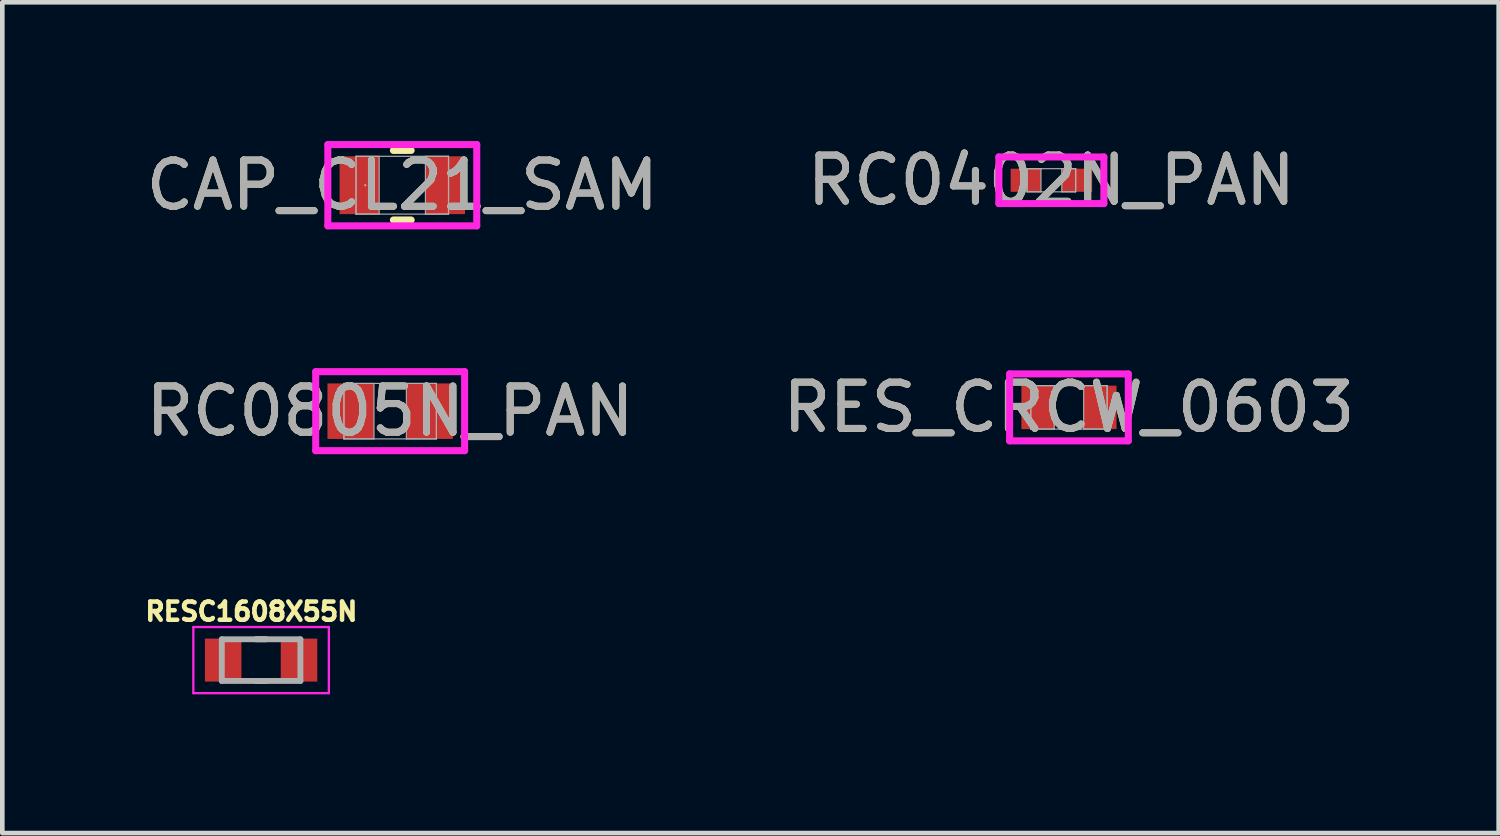
<source format=kicad_pcb>
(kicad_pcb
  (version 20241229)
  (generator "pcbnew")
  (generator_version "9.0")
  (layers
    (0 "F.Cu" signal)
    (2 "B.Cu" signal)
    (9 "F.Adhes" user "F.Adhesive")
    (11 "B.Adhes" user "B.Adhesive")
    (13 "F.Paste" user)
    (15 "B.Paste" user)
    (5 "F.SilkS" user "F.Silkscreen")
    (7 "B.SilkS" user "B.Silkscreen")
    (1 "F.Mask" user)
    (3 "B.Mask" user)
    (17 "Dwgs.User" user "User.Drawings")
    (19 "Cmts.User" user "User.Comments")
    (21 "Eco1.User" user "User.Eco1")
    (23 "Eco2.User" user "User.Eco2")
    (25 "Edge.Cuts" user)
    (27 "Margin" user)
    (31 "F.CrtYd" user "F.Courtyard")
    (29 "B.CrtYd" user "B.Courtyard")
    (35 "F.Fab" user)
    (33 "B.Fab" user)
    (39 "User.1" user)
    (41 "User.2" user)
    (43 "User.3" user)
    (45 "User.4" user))
  (footprint "RES_CRCW_0603"
    (layer "F.Cu")
    (at 20.065 5.759)
    (property "Reference" "RES_CRCW_0603" (at 0 0 0) (unlocked yes) (layer "F.SilkS") (effects (font (size 1 1) (thickness 0.15))))
    (attr smd)
    (fp_line (start -1.283 -0.724) (end 1.283 -0.724) (stroke (width 0.152) (type solid)) (layer "F.CrtYd"))
    (fp_line (start -1.283 0.724) (end -1.283 -0.724) (stroke (width 0.152) (type solid)) (layer "F.CrtYd"))
    (fp_line (start 1.283 -0.724) (end 1.283 0.724) (stroke (width 0.152) (type solid)) (layer "F.CrtYd"))
    (fp_line (start 1.283 0.724) (end -1.283 0.724) (stroke (width 0.152) (type solid)) (layer "F.CrtYd"))
    (fp_line (start -0.826 -0.47) (end -0.826 0.47) (stroke (width 0.025) (type solid)) (layer "F.Fab"))
    (fp_line (start -0.826 -0.47) (end -0.826 0.47) (stroke (width 0.025) (type solid)) (layer "F.Fab"))
    (fp_line (start -0.826 0.47) (end -0.318 0.47) (stroke (width 0.025) (type solid)) (layer "F.Fab"))
    (fp_line (start -0.826 0.47) (end 0.826 0.47) (stroke (width 0.025) (type solid)) (layer "F.Fab"))
    (fp_line (start -0.318 -0.47) (end -0.826 -0.47) (stroke (width 0.025) (type solid)) (layer "F.Fab"))
    (fp_line (start -0.318 0.47) (end -0.318 -0.47) (stroke (width 0.025) (type solid)) (layer "F.Fab"))
    (fp_line (start 0.318 -0.47) (end 0.318 0.47) (stroke (width 0.025) (type solid)) (layer "F.Fab"))
    (fp_line (start 0.318 0.47) (end 0.826 0.47) (stroke (width 0.025) (type solid)) (layer "F.Fab"))
    (fp_line (start 0.826 -0.47) (end -0.826 -0.47) (stroke (width 0.025) (type solid)) (layer "F.Fab"))
    (fp_line (start 0.826 -0.47) (end 0.318 -0.47) (stroke (width 0.025) (type solid)) (layer "F.Fab"))
    (fp_line (start 0.826 0.47) (end 0.826 -0.47) (stroke (width 0.025) (type solid)) (layer "F.Fab"))
    (fp_line (start 0.826 0.47) (end 0.826 -0.47) (stroke (width 0.025) (type solid)) (layer "F.Fab"))
    (fp_text user "${REFERENCE}" (at 0 0 0) (unlocked yes) (layer "F.Fab") (effects (font (size 1 1) (thickness 0.15))))
    (pad "1" smd rect (at -0.673 0) (size 0.711 0.94) (layers "F.Cu" "F.Mask" "F.Paste"))
    (pad "2" smd rect (at 0.673 0) (size 0.711 0.94) (layers "F.Cu" "F.Mask" "F.Paste"))
    (zone (net_name "") (layer "F.Cu") (hatch full 0.508) (connect_pads) (min_thickness 0.254) (filled_areas_thickness no) (keepout (tracks not_allowed) (vias not_allowed) (pads allowed) (copperpour not_allowed) (footprints allowed)) (placement (enabled no)) (fill) (polygon (pts (xy 19.799 5.34) (xy 20.332 5.34) (xy 20.332 6.178) (xy 19.799 6.178)))))
  (footprint "CAP_CL21_SAM"
    (layer "F.Cu")
    (at 5.649 0.955)
    (property "Reference" "CAP_CL21_SAM" (at 0 0 0) (unlocked yes) (layer "F.SilkS") (effects (font (size 1 1) (thickness 0.15))))
    (attr smd)
    (fp_line (start -0.192 0.752) (end 0.192 0.752) (stroke (width 0.152) (type solid)) (layer "F.SilkS"))
    (fp_line (start 0.192 -0.752) (end -0.192 -0.752) (stroke (width 0.152) (type solid)) (layer "F.SilkS"))
    (fp_line (start -1.61 -0.879) (end 1.61 -0.879) (stroke (width 0.152) (type solid)) (layer "F.CrtYd"))
    (fp_line (start -1.61 0.879) (end -1.61 -0.879) (stroke (width 0.152) (type solid)) (layer "F.CrtYd"))
    (fp_line (start 1.61 -0.879) (end 1.61 0.879) (stroke (width 0.152) (type solid)) (layer "F.CrtYd"))
    (fp_line (start 1.61 0.879) (end -1.61 0.879) (stroke (width 0.152) (type solid)) (layer "F.CrtYd"))
    (fp_line (start -1 -0.625) (end -1 0.625) (stroke (width 0.025) (type solid)) (layer "F.Fab"))
    (fp_line (start -1 -0.625) (end -1 0.625) (stroke (width 0.025) (type solid)) (layer "F.Fab"))
    (fp_line (start -1 0.625) (end -0.5 0.625) (stroke (width 0.025) (type solid)) (layer "F.Fab"))
    (fp_line (start -1 0.625) (end 1 0.625) (stroke (width 0.025) (type solid)) (layer "F.Fab"))
    (fp_line (start -0.5 -0.625) (end -1 -0.625) (stroke (width 0.025) (type solid)) (layer "F.Fab"))
    (fp_line (start -0.5 0.625) (end -0.5 -0.625) (stroke (width 0.025) (type solid)) (layer "F.Fab"))
    (fp_line (start 0.5 -0.625) (end 0.5 0.625) (stroke (width 0.025) (type solid)) (layer "F.Fab"))
    (fp_line (start 0.5 0.625) (end 1 0.625) (stroke (width 0.025) (type solid)) (layer "F.Fab"))
    (fp_line (start 1 -0.625) (end -1 -0.625) (stroke (width 0.025) (type solid)) (layer "F.Fab"))
    (fp_line (start 1 -0.625) (end 0.5 -0.625) (stroke (width 0.025) (type solid)) (layer "F.Fab"))
    (fp_line (start 1 0.625) (end 1 -0.625) (stroke (width 0.025) (type solid)) (layer "F.Fab"))
    (fp_line (start 1 0.625) (end 1 -0.625) (stroke (width 0.025) (type solid)) (layer "F.Fab"))
    (fp_circle (center -0.801 0) (end -0.801 0) (stroke (width 0.025) (type solid)) (fill no) (layer "F.Fab"))
    (fp_text user "${REFERENCE}" (at 0 0 0) (unlocked yes) (layer "F.Fab") (effects (font (size 1 1) (thickness 0.15))))
    (pad "1" smd rect (at -0.928 0) (size 0.856 1.25) (layers "F.Cu" "F.Mask" "F.Paste"))
    (pad "2" smd rect (at 0.928 0) (size 0.856 1.25) (layers "F.Cu" "F.Mask" "F.Paste"))
    (zone (net_name "") (layer "F.Cu") (hatch full 0.508) (connect_pads) (min_thickness 0.254) (filled_areas_thickness no) (keepout (tracks not_allowed) (vias not_allowed) (pads allowed) (copperpour not_allowed) (footprints allowed)) (placement (enabled no)) (fill) (polygon (pts (xy 5.2 0.381) (xy 6.098 0.381) (xy 6.098 1.529) (xy 5.2 1.529)))))
  (footprint "RC0402N_PAN"
    (layer "F.Cu")
    (at 19.685 0.848)
    (property "Reference" "RC0402N_PAN" (at 0 0 0) (unlocked yes) (layer "F.SilkS") (effects (font (size 1 1) (thickness 0.15))))
    (attr smd)
    (fp_line (start -1.135 -0.504) (end 1.135 -0.504) (stroke (width 0.152) (type solid)) (layer "F.CrtYd"))
    (fp_line (start -1.135 0.504) (end -1.135 -0.504) (stroke (width 0.152) (type solid)) (layer "F.CrtYd"))
    (fp_line (start 1.135 -0.504) (end 1.135 0.504) (stroke (width 0.152) (type solid)) (layer "F.CrtYd"))
    (fp_line (start 1.135 0.504) (end -1.135 0.504) (stroke (width 0.152) (type solid)) (layer "F.CrtYd"))
    (fp_line (start -0.525 -0.25) (end -0.525 0.25) (stroke (width 0.025) (type solid)) (layer "F.Fab"))
    (fp_line (start -0.525 -0.25) (end -0.525 0.25) (stroke (width 0.025) (type solid)) (layer "F.Fab"))
    (fp_line (start -0.525 0.25) (end -0.225 0.25) (stroke (width 0.025) (type solid)) (layer "F.Fab"))
    (fp_line (start -0.525 0.25) (end 0.525 0.25) (stroke (width 0.025) (type solid)) (layer "F.Fab"))
    (fp_line (start -0.225 -0.25) (end -0.525 -0.25) (stroke (width 0.025) (type solid)) (layer "F.Fab"))
    (fp_line (start -0.225 0.25) (end -0.225 -0.25) (stroke (width 0.025) (type solid)) (layer "F.Fab"))
    (fp_line (start 0.225 -0.25) (end 0.225 0.25) (stroke (width 0.025) (type solid)) (layer "F.Fab"))
    (fp_line (start 0.225 0.25) (end 0.525 0.25) (stroke (width 0.025) (type solid)) (layer "F.Fab"))
    (fp_line (start 0.525 -0.25) (end -0.525 -0.25) (stroke (width 0.025) (type solid)) (layer "F.Fab"))
    (fp_line (start 0.525 -0.25) (end 0.225 -0.25) (stroke (width 0.025) (type solid)) (layer "F.Fab"))
    (fp_line (start 0.525 0.25) (end 0.525 -0.25) (stroke (width 0.025) (type solid)) (layer "F.Fab"))
    (fp_line (start 0.525 0.25) (end 0.525 -0.25) (stroke (width 0.025) (type solid)) (layer "F.Fab"))
    (fp_text user "${REFERENCE}" (at 0 0 0) (unlocked yes) (layer "F.Fab") (effects (font (size 1 1) (thickness 0.15))))
    (pad "1" smd rect (at -0.553 0) (size 0.656 0.5) (layers "F.Cu" "F.Mask" "F.Paste"))
    (pad "2" smd rect (at 0.553 0) (size 0.656 0.5) (layers "F.Cu" "F.Mask" "F.Paste"))
    (zone (net_name "") (layer "F.Cu") (hatch full 0.508) (connect_pads) (min_thickness 0.254) (filled_areas_thickness no) (keepout (tracks not_allowed) (vias not_allowed) (pads allowed) (copperpour not_allowed) (footprints allowed)) (placement (enabled no)) (fill) (polygon (pts (xy 19.51 0.649) (xy 19.859 0.649) (xy 19.859 1.047) (xy 19.51 1.047)))))
  (footprint "RESC1608X55N"
    (layer "F.Cu")
    (at 2.596 11.224)
    (property "Reference" "RESC1608X55N" (at -0.21 -1.05 0) (layer "F.SilkS") (effects (font (size 0.394 0.394) (thickness 0.15))))
    (attr smd)
    (fp_line (start -0.11 -0.45) (end 0.11 -0.45) (stroke (width 0.127) (type solid)) (layer "F.SilkS"))
    (fp_line (start -0.11 0.45) (end 0.11 0.45) (stroke (width 0.127) (type solid)) (layer "F.SilkS"))
    (fp_line (start -1.465 -0.715) (end 1.465 -0.715) (stroke (width 0.05) (type solid)) (layer "F.CrtYd"))
    (fp_line (start -1.465 0.715) (end -1.465 -0.715) (stroke (width 0.05) (type solid)) (layer "F.CrtYd"))
    (fp_line (start -1.465 0.715) (end 1.465 0.715) (stroke (width 0.05) (type solid)) (layer "F.CrtYd"))
    (fp_line (start 1.465 0.715) (end 1.465 -0.715) (stroke (width 0.05) (type solid)) (layer "F.CrtYd"))
    (fp_line (start -0.85 0.45) (end -0.85 -0.45) (stroke (width 0.127) (type solid)) (layer "F.Fab"))
    (fp_line (start 0.85 -0.45) (end -0.85 -0.45) (stroke (width 0.127) (type solid)) (layer "F.Fab"))
    (fp_line (start 0.85 0.45) (end -0.85 0.45) (stroke (width 0.127) (type solid)) (layer "F.Fab"))
    (fp_line (start 0.85 0.45) (end 0.85 -0.45) (stroke (width 0.127) (type solid)) (layer "F.Fab"))
    (pad "1" smd rect (at -0.82 0) (size 0.79 0.93) (layers "F.Cu" "F.Mask" "F.Paste"))
    (pad "2" smd rect (at 0.82 0) (size 0.79 0.93) (layers "F.Cu" "F.Mask" "F.Paste")))
  (footprint "RC0805N_PAN"
    (layer "F.Cu")
    (at 5.387 5.841)
    (property "Reference" "RC0805N_PAN" (at 0 0 0) (unlocked yes) (layer "F.SilkS") (effects (font (size 1 1) (thickness 0.15))))
    (attr smd)
    (fp_line (start -1.61 -0.854) (end 1.61 -0.854) (stroke (width 0.152) (type solid)) (layer "F.CrtYd"))
    (fp_line (start -1.61 0.854) (end -1.61 -0.854) (stroke (width 0.152) (type solid)) (layer "F.CrtYd"))
    (fp_line (start 1.61 -0.854) (end 1.61 0.854) (stroke (width 0.152) (type solid)) (layer "F.CrtYd"))
    (fp_line (start 1.61 0.854) (end -1.61 0.854) (stroke (width 0.152) (type solid)) (layer "F.CrtYd"))
    (fp_line (start -1 -0.6) (end -1 0.6) (stroke (width 0.025) (type solid)) (layer "F.Fab"))
    (fp_line (start -1 -0.6) (end -1 0.6) (stroke (width 0.025) (type solid)) (layer "F.Fab"))
    (fp_line (start -1 0.6) (end -0.35 0.6) (stroke (width 0.025) (type solid)) (layer "F.Fab"))
    (fp_line (start -1 0.6) (end 1 0.6) (stroke (width 0.025) (type solid)) (layer "F.Fab"))
    (fp_line (start -0.35 -0.6) (end -1 -0.6) (stroke (width 0.025) (type solid)) (layer "F.Fab"))
    (fp_line (start -0.35 0.6) (end -0.35 -0.6) (stroke (width 0.025) (type solid)) (layer "F.Fab"))
    (fp_line (start 0.35 -0.6) (end 0.35 0.6) (stroke (width 0.025) (type solid)) (layer "F.Fab"))
    (fp_line (start 0.35 0.6) (end 1 0.6) (stroke (width 0.025) (type solid)) (layer "F.Fab"))
    (fp_line (start 1 -0.6) (end -1 -0.6) (stroke (width 0.025) (type solid)) (layer "F.Fab"))
    (fp_line (start 1 -0.6) (end 0.35 -0.6) (stroke (width 0.025) (type solid)) (layer "F.Fab"))
    (fp_line (start 1 0.6) (end 1 -0.6) (stroke (width 0.025) (type solid)) (layer "F.Fab"))
    (fp_line (start 1 0.6) (end 1 -0.6) (stroke (width 0.025) (type solid)) (layer "F.Fab"))
    (fp_text user "${REFERENCE}" (at 0 0 0) (unlocked yes) (layer "F.Fab") (effects (font (size 1 1) (thickness 0.15))))
    (pad "1" smd rect (at -0.853 0) (size 1.006 1.2) (layers "F.Cu" "F.Mask" "F.Paste"))
    (pad "2" smd rect (at 0.853 0) (size 1.006 1.2) (layers "F.Cu" "F.Mask" "F.Paste"))
    (zone (net_name "") (layer "F.Cu") (hatch full 0.508) (connect_pads) (min_thickness 0.254) (filled_areas_thickness no) (keepout (tracks not_allowed) (vias not_allowed) (pads allowed) (copperpour not_allowed) (footprints allowed)) (placement (enabled no)) (fill) (polygon (pts (xy 5.088 5.291) (xy 5.686 5.291) (xy 5.686 6.39) (xy 5.088 6.39)))))
  (gr_rect
    (start -3 -3)
    (end 29.357 14.964)
    (stroke (width 0.1) (type default))
    (fill no)
    (layer "Edge.Cuts")))
</source>
